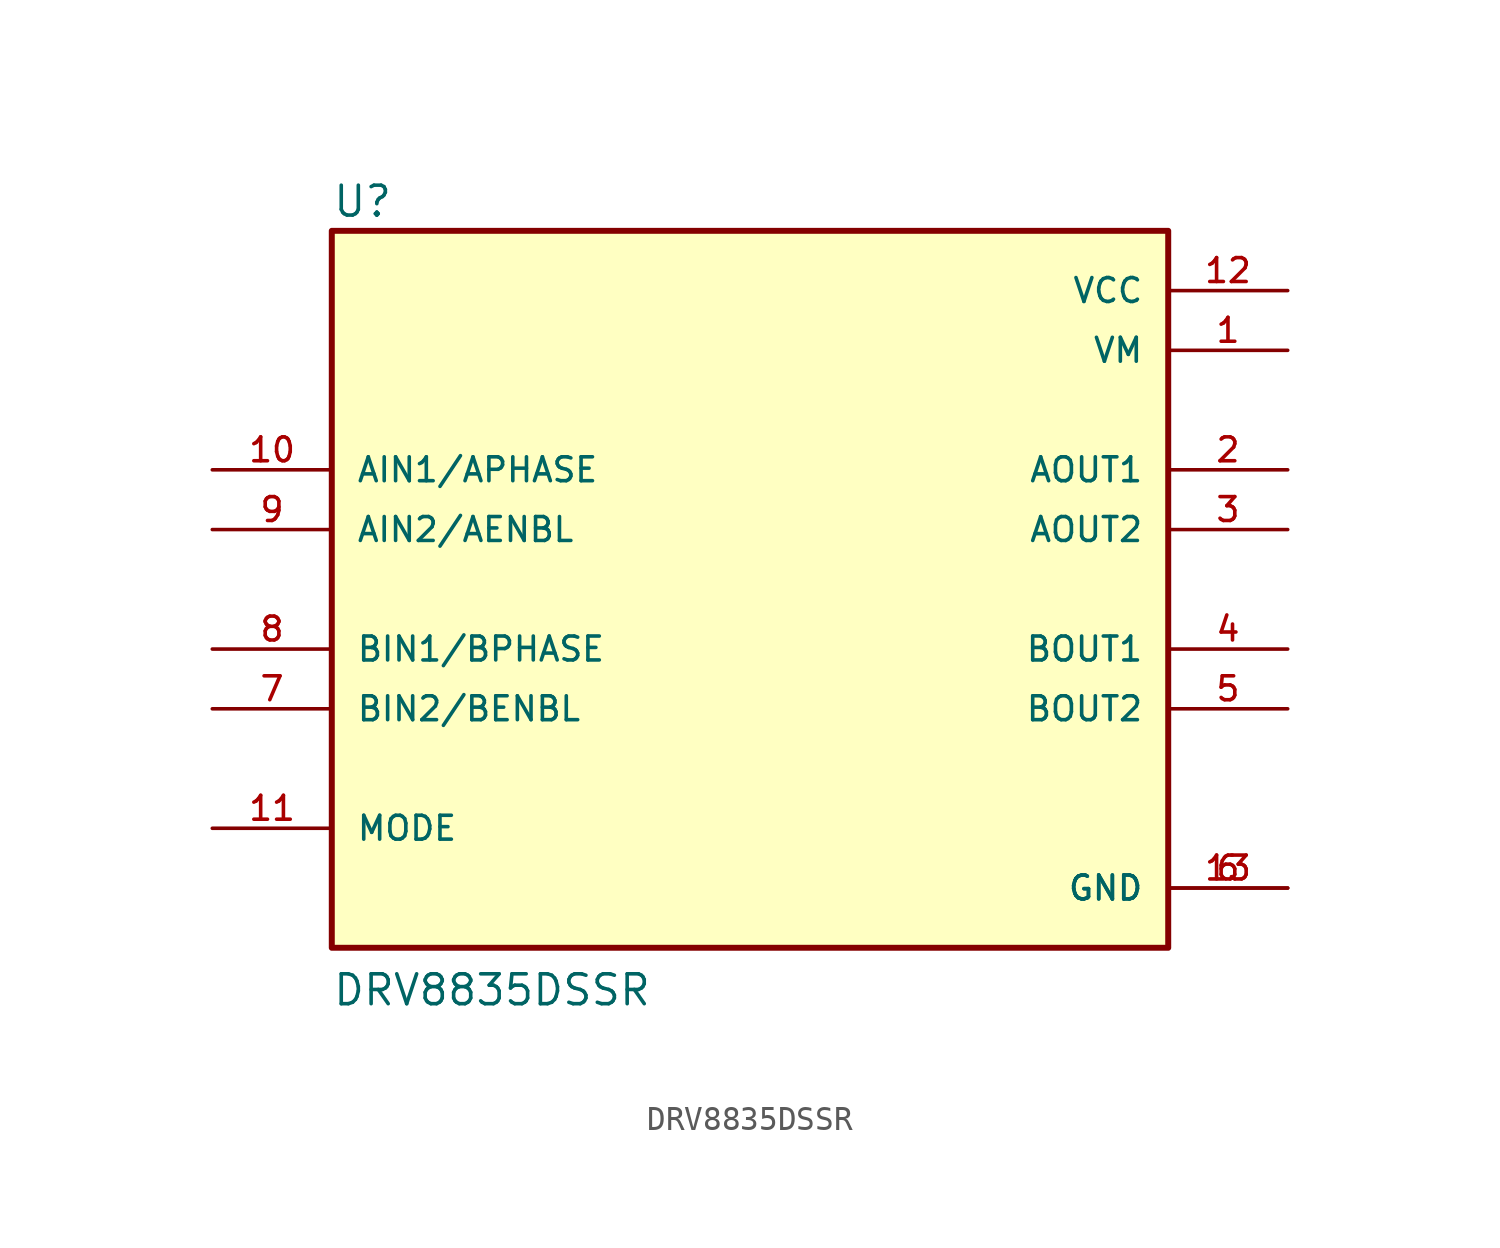
<source format=kicad_sym>
(kicad_symbol_lib
  (version 20211014)
  (generator kicad_symbol_editor)
  (symbol "DRV8835DSSR"
    (pin_names
      (offset 1.016))
    (property "Reference" "U"
      (at -17.78 15.748 0)
      (effects (font (size 1.27 1.27)) (justify bottom left)))
    (property "Value" "DRV8835DSSR"
      (at -17.78 -17.78 0)
      (effects (font (size 1.27 1.27)) (justify bottom left)))
    (symbol "DRV8835DSSR_0_0"
      (rectangle (start -17.78 -15.24) (end 17.78 15.24) (stroke (width 0.254)) (fill (type background)))
      (pin power_in line (at 22.86 10.16 180.0) (length 5.08) (name "VM" (effects (font (size 1.016 1.016)))) (number "1" (effects (font (size 1.016 1.016)))))
      (pin output line (at 22.86 5.08 180.0) (length 5.08) (name "AOUT1" (effects (font (size 1.016 1.016)))) (number "2" (effects (font (size 1.016 1.016)))))
      (pin output line (at 22.86 2.54 180.0) (length 5.08) (name "AOUT2" (effects (font (size 1.016 1.016)))) (number "3" (effects (font (size 1.016 1.016)))))
      (pin output line (at 22.86 -2.54 180.0) (length 5.08) (name "BOUT1" (effects (font (size 1.016 1.016)))) (number "4" (effects (font (size 1.016 1.016)))))
      (pin output line (at 22.86 -5.08 180.0) (length 5.08) (name "BOUT2" (effects (font (size 1.016 1.016)))) (number "5" (effects (font (size 1.016 1.016)))))
      (pin power_in line (at 22.86 12.7 180.0) (length 5.08) (name "VCC" (effects (font (size 1.016 1.016)))) (number "12" (effects (font (size 1.016 1.016)))))
      (pin input line (at -22.86 -10.16 0) (length 5.08) (name "MODE" (effects (font (size 1.016 1.016)))) (number "11" (effects (font (size 1.016 1.016)))))
      (pin input line (at -22.86 5.08 0) (length 5.08) (name "AIN1/APHASE" (effects (font (size 1.016 1.016)))) (number "10" (effects (font (size 1.016 1.016)))))
      (pin input line (at -22.86 2.54 0) (length 5.08) (name "AIN2/AENBL" (effects (font (size 1.016 1.016)))) (number "9" (effects (font (size 1.016 1.016)))))
      (pin input line (at -22.86 -2.54 0) (length 5.08) (name "BIN1/BPHASE" (effects (font (size 1.016 1.016)))) (number "8" (effects (font (size 1.016 1.016)))))
      (pin input line (at -22.86 -5.08 0) (length 5.08) (name "BIN2/BENBL" (effects (font (size 1.016 1.016)))) (number "7" (effects (font (size 1.016 1.016)))))
      (pin power_in line (at 22.86 -12.7 180.0) (length 5.08) (name "GND" (effects (font (size 1.016 1.016)))) (number "6" (effects (font (size 1.016 1.016)))))
      (pin power_in line (at 22.86 -12.7 180.0) (length 5.08) (name "GND" (effects (font (size 1.016 1.016)))) (number "13" (effects (font (size 1.016 1.016))))))))
</source>
